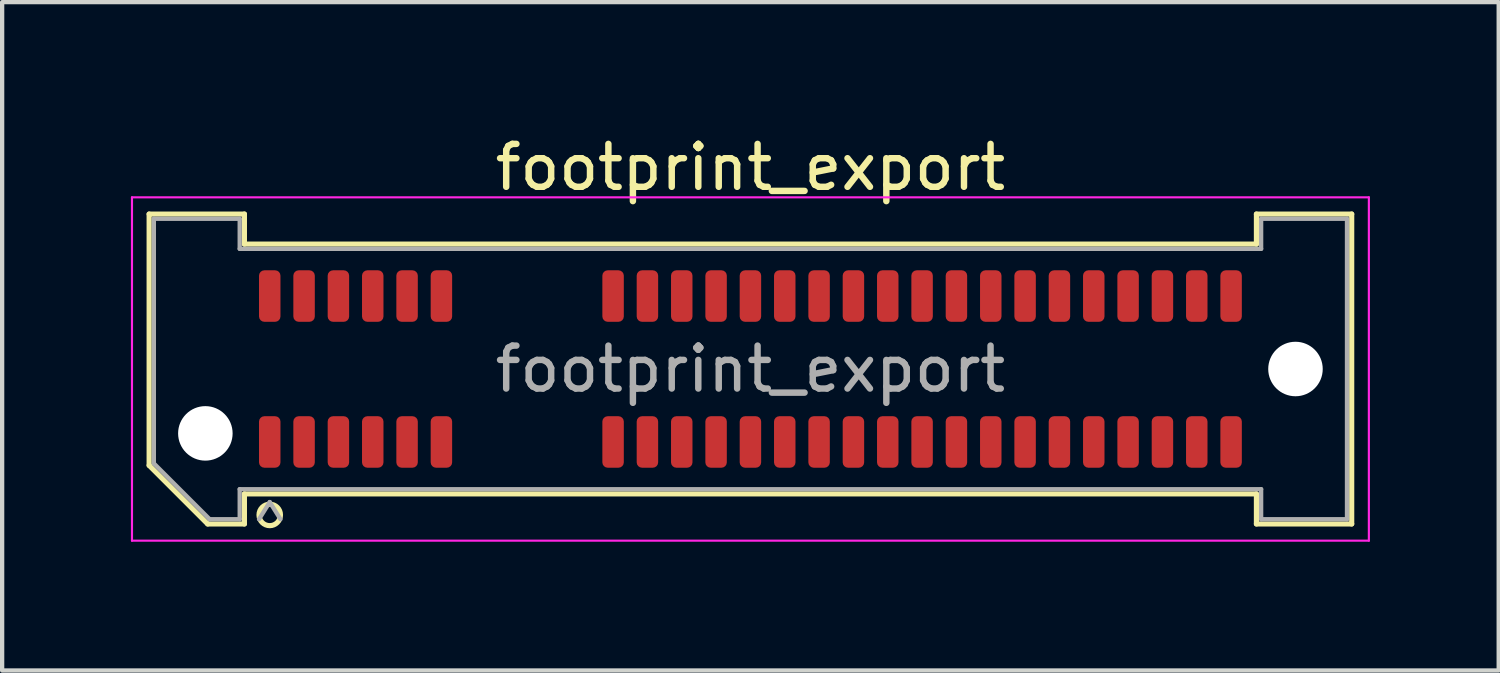
<source format=kicad_pcb>
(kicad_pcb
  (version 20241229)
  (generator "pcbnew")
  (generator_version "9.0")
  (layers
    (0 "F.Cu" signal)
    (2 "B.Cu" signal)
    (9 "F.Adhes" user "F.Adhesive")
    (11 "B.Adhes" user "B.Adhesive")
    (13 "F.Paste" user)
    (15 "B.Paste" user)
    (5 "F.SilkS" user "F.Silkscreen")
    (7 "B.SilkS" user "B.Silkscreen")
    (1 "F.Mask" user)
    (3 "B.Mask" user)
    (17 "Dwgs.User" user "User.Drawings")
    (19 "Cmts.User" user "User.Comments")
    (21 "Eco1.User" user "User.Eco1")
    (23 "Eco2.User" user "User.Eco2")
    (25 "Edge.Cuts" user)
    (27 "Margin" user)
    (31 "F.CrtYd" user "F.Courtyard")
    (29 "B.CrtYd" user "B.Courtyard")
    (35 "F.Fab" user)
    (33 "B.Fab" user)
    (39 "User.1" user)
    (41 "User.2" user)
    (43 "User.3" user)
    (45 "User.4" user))
  (footprint "footprint_export"
    (layer "F.Cu")
    (at 14.435 5.548)
    (property "Reference" "footprint_export" (at 0 -4.7 0) (layer "F.SilkS") (effects (font (size 1 1) (thickness 0.15))))
    (attr smd)
    (fp_line (start -14.01 -3.61) (end -11.79 -3.61) (stroke (width 0.12) (type solid)) (layer "F.SilkS"))
    (fp_line (start -14.01 2.246) (end -14.01 -3.61) (stroke (width 0.12) (type solid)) (layer "F.SilkS"))
    (fp_line (start -12.646 3.61) (end -14.01 2.246) (stroke (width 0.12) (type solid)) (layer "F.SilkS"))
    (fp_line (start -11.79 -3.61) (end -11.79 -2.91) (stroke (width 0.12) (type solid)) (layer "F.SilkS"))
    (fp_line (start -11.79 -2.91) (end 11.79 -2.91) (stroke (width 0.12) (type solid)) (layer "F.SilkS"))
    (fp_line (start -11.79 2.91) (end -11.79 3.61) (stroke (width 0.12) (type solid)) (layer "F.SilkS"))
    (fp_line (start -11.79 3.61) (end -12.646 3.61) (stroke (width 0.12) (type solid)) (layer "F.SilkS"))
    (fp_line (start 11.79 -3.61) (end 14.01 -3.61) (stroke (width 0.12) (type solid)) (layer "F.SilkS"))
    (fp_line (start 11.79 -2.91) (end 11.79 -3.61) (stroke (width 0.12) (type solid)) (layer "F.SilkS"))
    (fp_line (start 11.79 2.91) (end -11.79 2.91) (stroke (width 0.12) (type solid)) (layer "F.SilkS"))
    (fp_line (start 11.79 3.61) (end 11.79 2.91) (stroke (width 0.12) (type solid)) (layer "F.SilkS"))
    (fp_line (start 14.01 -3.61) (end 14.01 3.61) (stroke (width 0.12) (type solid)) (layer "F.SilkS"))
    (fp_line (start 14.01 3.61) (end 11.79 3.61) (stroke (width 0.12) (type solid)) (layer "F.SilkS"))
    (fp_arc (start -10.95 3.4) (mid -11.45 3.4) (end -10.95 3.4) (stroke (width 0.12) (type solid)) (layer "F.SilkS"))
    (fp_line (start -14.41 -4) (end -14.41 4) (stroke (width 0.05) (type solid)) (layer "F.CrtYd"))
    (fp_line (start -14.41 4) (end 14.41 4) (stroke (width 0.05) (type solid)) (layer "F.CrtYd"))
    (fp_line (start 14.41 -4) (end -14.41 -4) (stroke (width 0.05) (type solid)) (layer "F.CrtYd"))
    (fp_line (start 14.41 4) (end 14.41 -4) (stroke (width 0.05) (type solid)) (layer "F.CrtYd"))
    (fp_line (start -13.9 -3.5) (end -11.9 -3.5) (stroke (width 0.1) (type solid)) (layer "F.Fab"))
    (fp_line (start -13.9 2.2) (end -13.9 -3.5) (stroke (width 0.1) (type solid)) (layer "F.Fab"))
    (fp_line (start -12.6 3.5) (end -13.9 2.2) (stroke (width 0.1) (type solid)) (layer "F.Fab"))
    (fp_line (start -11.9 -3.5) (end -11.9 -2.8) (stroke (width 0.1) (type solid)) (layer "F.Fab"))
    (fp_line (start -11.9 -2.8) (end 11.9 -2.8) (stroke (width 0.1) (type solid)) (layer "F.Fab"))
    (fp_line (start -11.9 2.8) (end -11.9 3.5) (stroke (width 0.1) (type solid)) (layer "F.Fab"))
    (fp_line (start -11.9 3.5) (end -12.6 3.5) (stroke (width 0.1) (type solid)) (layer "F.Fab"))
    (fp_line (start -11.2 3.1) (end -11.45 3.5) (stroke (width 0.1) (type solid)) (layer "F.Fab"))
    (fp_line (start -11.2 3.1) (end -10.95 3.5) (stroke (width 0.1) (type solid)) (layer "F.Fab"))
    (fp_line (start 11.9 -3.5) (end 13.9 -3.5) (stroke (width 0.1) (type solid)) (layer "F.Fab"))
    (fp_line (start 11.9 -2.8) (end 11.9 -3.5) (stroke (width 0.1) (type solid)) (layer "F.Fab"))
    (fp_line (start 11.9 2.8) (end -11.9 2.8) (stroke (width 0.1) (type solid)) (layer "F.Fab"))
    (fp_line (start 11.9 3.5) (end 11.9 2.8) (stroke (width 0.1) (type solid)) (layer "F.Fab"))
    (fp_line (start 13.9 -3.5) (end 13.9 3.5) (stroke (width 0.1) (type solid)) (layer "F.Fab"))
    (fp_line (start 13.9 3.5) (end 11.9 3.5) (stroke (width 0.1) (type solid)) (layer "F.Fab"))
    (fp_text user "${REFERENCE}" (at 0 0 0) (layer "F.Fab") (effects (font (size 1 1) (thickness 0.15))))
    (pad "" np_thru_hole circle (at -12.7 1.5) (size 1.27 1.27) (drill 1.27) (layers "*.Cu" "*.Mask"))
    (pad "" np_thru_hole circle (at 12.7 0) (size 1.27 1.27) (drill 1.27) (layers "*.Cu" "*.Mask"))
    (pad "1" smd roundrect (at -11.2 1.7) (size 0.5 1.2) (layers "F.Cu" "F.Mask" "F.Paste") (roundrect_rratio 0.25))
    (pad "2" smd roundrect (at -11.2 -1.7) (size 0.5 1.2) (layers "F.Cu" "F.Mask" "F.Paste") (roundrect_rratio 0.25))
    (pad "3" smd roundrect (at -10.4 1.7) (size 0.5 1.2) (layers "F.Cu" "F.Mask" "F.Paste") (roundrect_rratio 0.25))
    (pad "4" smd roundrect (at -10.4 -1.7) (size 0.5 1.2) (layers "F.Cu" "F.Mask" "F.Paste") (roundrect_rratio 0.25))
    (pad "5" smd roundrect (at -9.6 1.7) (size 0.5 1.2) (layers "F.Cu" "F.Mask" "F.Paste") (roundrect_rratio 0.25))
    (pad "6" smd roundrect (at -9.6 -1.7) (size 0.5 1.2) (layers "F.Cu" "F.Mask" "F.Paste") (roundrect_rratio 0.25))
    (pad "7" smd roundrect (at -8.8 1.7) (size 0.5 1.2) (layers "F.Cu" "F.Mask" "F.Paste") (roundrect_rratio 0.25))
    (pad "8" smd roundrect (at -8.8 -1.7) (size 0.5 1.2) (layers "F.Cu" "F.Mask" "F.Paste") (roundrect_rratio 0.25))
    (pad "9" smd roundrect (at -8 1.7) (size 0.5 1.2) (layers "F.Cu" "F.Mask" "F.Paste") (roundrect_rratio 0.25))
    (pad "10" smd roundrect (at -8 -1.7) (size 0.5 1.2) (layers "F.Cu" "F.Mask" "F.Paste") (roundrect_rratio 0.25))
    (pad "11" smd roundrect (at -7.2 1.7) (size 0.5 1.2) (layers "F.Cu" "F.Mask" "F.Paste") (roundrect_rratio 0.25))
    (pad "12" smd roundrect (at -7.2 -1.7) (size 0.5 1.2) (layers "F.Cu" "F.Mask" "F.Paste") (roundrect_rratio 0.25))
    (pad "13" smd roundrect (at -3.2 1.7) (size 0.5 1.2) (layers "F.Cu" "F.Mask" "F.Paste") (roundrect_rratio 0.25))
    (pad "14" smd roundrect (at -3.2 -1.7) (size 0.5 1.2) (layers "F.Cu" "F.Mask" "F.Paste") (roundrect_rratio 0.25))
    (pad "15" smd roundrect (at -2.4 1.7) (size 0.5 1.2) (layers "F.Cu" "F.Mask" "F.Paste") (roundrect_rratio 0.25))
    (pad "16" smd roundrect (at -2.4 -1.7) (size 0.5 1.2) (layers "F.Cu" "F.Mask" "F.Paste") (roundrect_rratio 0.25))
    (pad "17" smd roundrect (at -1.6 1.7) (size 0.5 1.2) (layers "F.Cu" "F.Mask" "F.Paste") (roundrect_rratio 0.25))
    (pad "18" smd roundrect (at -1.6 -1.7) (size 0.5 1.2) (layers "F.Cu" "F.Mask" "F.Paste") (roundrect_rratio 0.25))
    (pad "19" smd roundrect (at -0.8 1.7) (size 0.5 1.2) (layers "F.Cu" "F.Mask" "F.Paste") (roundrect_rratio 0.25))
    (pad "20" smd roundrect (at -0.8 -1.7) (size 0.5 1.2) (layers "F.Cu" "F.Mask" "F.Paste") (roundrect_rratio 0.25))
    (pad "21" smd roundrect (at 0 1.7) (size 0.5 1.2) (layers "F.Cu" "F.Mask" "F.Paste") (roundrect_rratio 0.25))
    (pad "22" smd roundrect (at 0 -1.7) (size 0.5 1.2) (layers "F.Cu" "F.Mask" "F.Paste") (roundrect_rratio 0.25))
    (pad "23" smd roundrect (at 0.8 1.7) (size 0.5 1.2) (layers "F.Cu" "F.Mask" "F.Paste") (roundrect_rratio 0.25))
    (pad "24" smd roundrect (at 0.8 -1.7) (size 0.5 1.2) (layers "F.Cu" "F.Mask" "F.Paste") (roundrect_rratio 0.25))
    (pad "25" smd roundrect (at 1.6 1.7) (size 0.5 1.2) (layers "F.Cu" "F.Mask" "F.Paste") (roundrect_rratio 0.25))
    (pad "26" smd roundrect (at 1.6 -1.7) (size 0.5 1.2) (layers "F.Cu" "F.Mask" "F.Paste") (roundrect_rratio 0.25))
    (pad "27" smd roundrect (at 2.4 1.7) (size 0.5 1.2) (layers "F.Cu" "F.Mask" "F.Paste") (roundrect_rratio 0.25))
    (pad "28" smd roundrect (at 2.4 -1.7) (size 0.5 1.2) (layers "F.Cu" "F.Mask" "F.Paste") (roundrect_rratio 0.25))
    (pad "29" smd roundrect (at 3.2 1.7) (size 0.5 1.2) (layers "F.Cu" "F.Mask" "F.Paste") (roundrect_rratio 0.25))
    (pad "30" smd roundrect (at 3.2 -1.7) (size 0.5 1.2) (layers "F.Cu" "F.Mask" "F.Paste") (roundrect_rratio 0.25))
    (pad "31" smd roundrect (at 4 1.7) (size 0.5 1.2) (layers "F.Cu" "F.Mask" "F.Paste") (roundrect_rratio 0.25))
    (pad "32" smd roundrect (at 4 -1.7) (size 0.5 1.2) (layers "F.Cu" "F.Mask" "F.Paste") (roundrect_rratio 0.25))
    (pad "33" smd roundrect (at 4.8 1.7) (size 0.5 1.2) (layers "F.Cu" "F.Mask" "F.Paste") (roundrect_rratio 0.25))
    (pad "34" smd roundrect (at 4.8 -1.7) (size 0.5 1.2) (layers "F.Cu" "F.Mask" "F.Paste") (roundrect_rratio 0.25))
    (pad "35" smd roundrect (at 5.6 1.7) (size 0.5 1.2) (layers "F.Cu" "F.Mask" "F.Paste") (roundrect_rratio 0.25))
    (pad "36" smd roundrect (at 5.6 -1.7) (size 0.5 1.2) (layers "F.Cu" "F.Mask" "F.Paste") (roundrect_rratio 0.25))
    (pad "37" smd roundrect (at 6.4 1.7) (size 0.5 1.2) (layers "F.Cu" "F.Mask" "F.Paste") (roundrect_rratio 0.25))
    (pad "38" smd roundrect (at 6.4 -1.7) (size 0.5 1.2) (layers "F.Cu" "F.Mask" "F.Paste") (roundrect_rratio 0.25))
    (pad "39" smd roundrect (at 7.2 1.7) (size 0.5 1.2) (layers "F.Cu" "F.Mask" "F.Paste") (roundrect_rratio 0.25))
    (pad "40" smd roundrect (at 7.2 -1.7) (size 0.5 1.2) (layers "F.Cu" "F.Mask" "F.Paste") (roundrect_rratio 0.25))
    (pad "41" smd roundrect (at 8 1.7) (size 0.5 1.2) (layers "F.Cu" "F.Mask" "F.Paste") (roundrect_rratio 0.25))
    (pad "42" smd roundrect (at 8 -1.7) (size 0.5 1.2) (layers "F.Cu" "F.Mask" "F.Paste") (roundrect_rratio 0.25))
    (pad "43" smd roundrect (at 8.8 1.7) (size 0.5 1.2) (layers "F.Cu" "F.Mask" "F.Paste") (roundrect_rratio 0.25))
    (pad "44" smd roundrect (at 8.8 -1.7) (size 0.5 1.2) (layers "F.Cu" "F.Mask" "F.Paste") (roundrect_rratio 0.25))
    (pad "45" smd roundrect (at 9.6 1.7) (size 0.5 1.2) (layers "F.Cu" "F.Mask" "F.Paste") (roundrect_rratio 0.25))
    (pad "46" smd roundrect (at 9.6 -1.7) (size 0.5 1.2) (layers "F.Cu" "F.Mask" "F.Paste") (roundrect_rratio 0.25))
    (pad "47" smd roundrect (at 10.4 1.7) (size 0.5 1.2) (layers "F.Cu" "F.Mask" "F.Paste") (roundrect_rratio 0.25))
    (pad "48" smd roundrect (at 10.4 -1.7) (size 0.5 1.2) (layers "F.Cu" "F.Mask" "F.Paste") (roundrect_rratio 0.25))
    (pad "49" smd roundrect (at 11.2 1.7) (size 0.5 1.2) (layers "F.Cu" "F.Mask" "F.Paste") (roundrect_rratio 0.25))
    (pad "50" smd roundrect (at 11.2 -1.7) (size 0.5 1.2) (layers "F.Cu" "F.Mask" "F.Paste") (roundrect_rratio 0.25)))
  (gr_rect
    (start -3 -3)
    (end 31.87 12.573)
    (stroke (width 0.1) (type default))
    (fill no)
    (layer "Edge.Cuts")))
</source>
